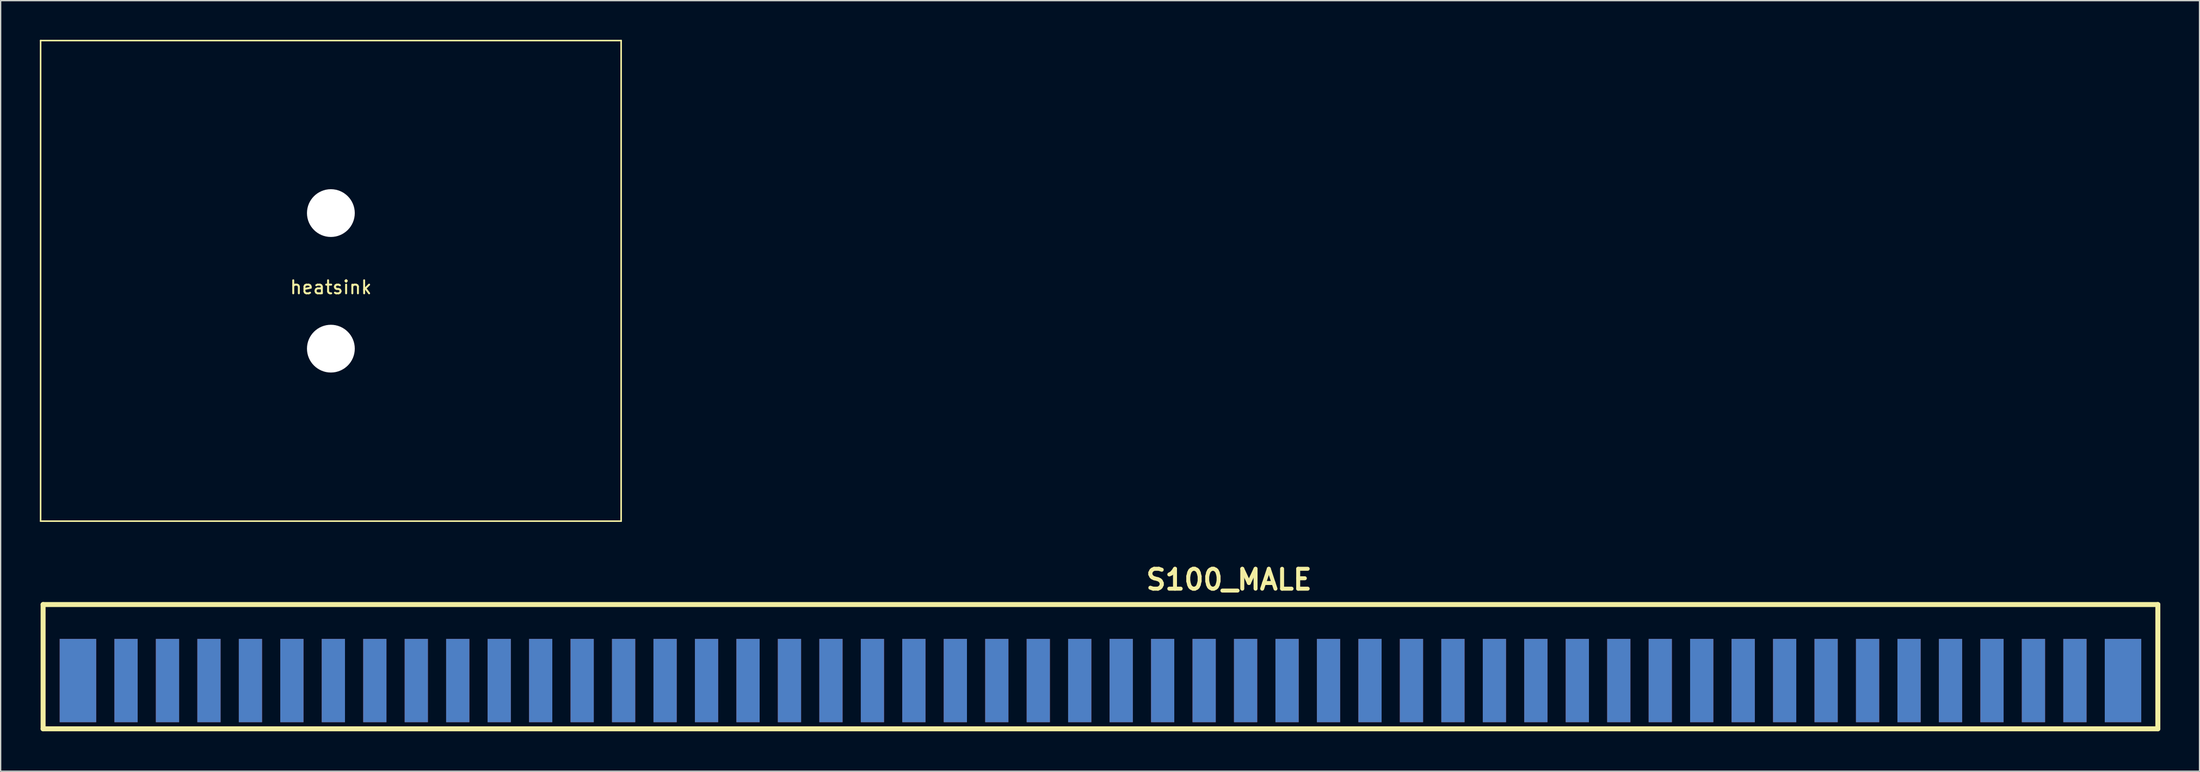
<source format=kicad_pcb>
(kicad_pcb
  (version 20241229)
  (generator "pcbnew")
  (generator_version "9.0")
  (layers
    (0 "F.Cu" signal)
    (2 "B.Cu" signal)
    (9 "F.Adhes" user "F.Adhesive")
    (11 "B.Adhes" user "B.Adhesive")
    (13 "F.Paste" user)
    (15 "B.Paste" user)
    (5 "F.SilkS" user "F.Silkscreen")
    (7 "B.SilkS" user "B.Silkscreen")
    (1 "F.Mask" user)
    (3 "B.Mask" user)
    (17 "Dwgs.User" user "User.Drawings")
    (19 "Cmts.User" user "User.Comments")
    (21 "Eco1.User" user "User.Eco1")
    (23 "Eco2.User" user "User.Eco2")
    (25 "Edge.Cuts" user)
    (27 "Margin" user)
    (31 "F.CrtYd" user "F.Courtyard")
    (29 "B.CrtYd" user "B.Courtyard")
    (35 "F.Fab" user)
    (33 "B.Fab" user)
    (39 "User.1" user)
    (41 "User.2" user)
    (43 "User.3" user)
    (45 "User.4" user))
  (footprint "S100_MALE"
    (layer "F.Cu")
    (at 0.25 52.806)
    (property "Reference" "S100_MALE" (at 90.805 -11.43 0) (layer "F.SilkS") (effects (font (size 1.524 1.524) (thickness 0.305))))
    (attr through_hole)
    (fp_line (start 0 -9.525) (end 161.925 -9.525) (stroke (width 0.381) (type solid)) (layer "F.SilkS"))
    (fp_line (start 0 0) (end 0 -9.525) (stroke (width 0.381) (type solid)) (layer "F.SilkS"))
    (fp_line (start 161.925 -9.525) (end 161.925 0) (stroke (width 0.381) (type solid)) (layer "F.SilkS"))
    (fp_line (start 161.925 0) (end 0 0) (stroke (width 0.381) (type solid)) (layer "F.SilkS"))
    (pad "1" connect rect (at 2.667 -3.699) (size 2.794 6.382) (layers "F.Cu" "F.Mask"))
    (pad "2" connect rect (at 6.35 -3.699) (size 1.778 6.382) (layers "F.Cu" "F.Mask"))
    (pad "3" connect rect (at 9.525 -3.699) (size 1.778 6.382) (layers "F.Cu" "F.Mask"))
    (pad "4" connect rect (at 12.7 -3.699) (size 1.778 6.382) (layers "F.Cu" "F.Mask"))
    (pad "5" connect rect (at 15.875 -3.699) (size 1.778 6.382) (layers "F.Cu" "F.Mask"))
    (pad "6" connect rect (at 19.05 -3.699) (size 1.778 6.382) (layers "F.Cu" "F.Mask"))
    (pad "7" connect rect (at 22.225 -3.699) (size 1.778 6.382) (layers "F.Cu" "F.Mask"))
    (pad "8" connect rect (at 25.4 -3.699) (size 1.778 6.382) (layers "F.Cu" "F.Mask"))
    (pad "9" connect rect (at 28.575 -3.699) (size 1.778 6.382) (layers "F.Cu" "F.Mask"))
    (pad "10" connect rect (at 31.75 -3.699) (size 1.778 6.382) (layers "F.Cu" "F.Mask"))
    (pad "11" connect rect (at 34.925 -3.699) (size 1.778 6.382) (layers "F.Cu" "F.Mask"))
    (pad "12" connect rect (at 38.1 -3.699) (size 1.778 6.382) (layers "F.Cu" "F.Mask"))
    (pad "13" connect rect (at 41.275 -3.699) (size 1.778 6.382) (layers "F.Cu" "F.Mask"))
    (pad "14" connect rect (at 44.45 -3.699) (size 1.778 6.382) (layers "F.Cu" "F.Mask"))
    (pad "15" connect rect (at 47.625 -3.699) (size 1.778 6.382) (layers "F.Cu" "F.Mask"))
    (pad "16" connect rect (at 50.8 -3.699) (size 1.778 6.382) (layers "F.Cu" "F.Mask"))
    (pad "17" connect rect (at 53.975 -3.699) (size 1.778 6.382) (layers "F.Cu" "F.Mask"))
    (pad "18" connect rect (at 57.15 -3.699) (size 1.778 6.382) (layers "F.Cu" "F.Mask"))
    (pad "19" connect rect (at 60.325 -3.699) (size 1.778 6.382) (layers "F.Cu" "F.Mask"))
    (pad "20" connect rect (at 63.5 -3.699) (size 1.778 6.382) (layers "F.Cu" "F.Mask"))
    (pad "21" connect rect (at 66.675 -3.699) (size 1.778 6.382) (layers "F.Cu" "F.Mask"))
    (pad "22" connect rect (at 69.85 -3.699) (size 1.778 6.382) (layers "F.Cu" "F.Mask"))
    (pad "23" connect rect (at 73.025 -3.699) (size 1.778 6.382) (layers "F.Cu" "F.Mask"))
    (pad "24" connect rect (at 76.2 -3.699) (size 1.778 6.382) (layers "F.Cu" "F.Mask"))
    (pad "25" connect rect (at 79.375 -3.699) (size 1.778 6.382) (layers "F.Cu" "F.Mask"))
    (pad "26" connect rect (at 82.55 -3.699) (size 1.778 6.382) (layers "F.Cu" "F.Mask"))
    (pad "27" connect rect (at 85.725 -3.699) (size 1.778 6.382) (layers "F.Cu" "F.Mask"))
    (pad "28" connect rect (at 88.9 -3.699) (size 1.778 6.382) (layers "F.Cu" "F.Mask"))
    (pad "29" connect rect (at 92.075 -3.699) (size 1.778 6.382) (layers "F.Cu" "F.Mask"))
    (pad "30" connect rect (at 95.25 -3.699) (size 1.778 6.382) (layers "F.Cu" "F.Mask"))
    (pad "31" connect rect (at 98.425 -3.699) (size 1.778 6.382) (layers "F.Cu" "F.Mask"))
    (pad "32" connect rect (at 101.6 -3.699) (size 1.778 6.382) (layers "F.Cu" "F.Mask"))
    (pad "33" connect rect (at 104.775 -3.699) (size 1.778 6.382) (layers "F.Cu" "F.Mask"))
    (pad "34" connect rect (at 107.95 -3.699) (size 1.778 6.382) (layers "F.Cu" "F.Mask"))
    (pad "35" connect rect (at 111.125 -3.699) (size 1.778 6.382) (layers "F.Cu" "F.Mask"))
    (pad "36" connect rect (at 114.3 -3.699) (size 1.778 6.382) (layers "F.Cu" "F.Mask"))
    (pad "37" connect rect (at 117.475 -3.699) (size 1.778 6.382) (layers "F.Cu" "F.Mask"))
    (pad "38" connect rect (at 120.65 -3.699) (size 1.778 6.382) (layers "F.Cu" "F.Mask"))
    (pad "39" connect rect (at 123.825 -3.699) (size 1.778 6.382) (layers "F.Cu" "F.Mask"))
    (pad "40" connect rect (at 127 -3.699) (size 1.778 6.382) (layers "F.Cu" "F.Mask"))
    (pad "41" connect rect (at 130.175 -3.699) (size 1.778 6.382) (layers "F.Cu" "F.Mask"))
    (pad "42" connect rect (at 133.35 -3.699) (size 1.778 6.382) (layers "F.Cu" "F.Mask"))
    (pad "43" connect rect (at 136.525 -3.699) (size 1.778 6.382) (layers "F.Cu" "F.Mask"))
    (pad "44" connect rect (at 139.7 -3.699) (size 1.778 6.382) (layers "F.Cu" "F.Mask"))
    (pad "45" connect rect (at 142.875 -3.699) (size 1.778 6.382) (layers "F.Cu" "F.Mask"))
    (pad "46" connect rect (at 146.05 -3.699) (size 1.778 6.382) (layers "F.Cu" "F.Mask"))
    (pad "47" connect rect (at 149.225 -3.699) (size 1.778 6.382) (layers "F.Cu" "F.Mask"))
    (pad "48" connect rect (at 152.4 -3.699) (size 1.778 6.382) (layers "F.Cu" "F.Mask"))
    (pad "49" connect rect (at 155.575 -3.699) (size 1.778 6.382) (layers "F.Cu" "F.Mask"))
    (pad "50" connect rect (at 159.258 -3.699) (size 2.794 6.382) (layers "F.Cu" "F.Mask"))
    (pad "51" connect rect (at 2.667 -3.699) (size 2.794 6.382) (layers "B.Cu" "B.Mask"))
    (pad "52" connect rect (at 6.35 -3.699) (size 1.778 6.382) (layers "B.Cu" "B.Mask"))
    (pad "53" connect rect (at 9.525 -3.699) (size 1.778 6.382) (layers "B.Cu" "B.Mask"))
    (pad "54" connect rect (at 12.7 -3.699) (size 1.778 6.382) (layers "B.Cu" "B.Mask"))
    (pad "55" connect rect (at 15.875 -3.699) (size 1.778 6.382) (layers "B.Cu" "B.Mask"))
    (pad "56" connect rect (at 19.05 -3.699) (size 1.778 6.382) (layers "B.Cu" "B.Mask"))
    (pad "57" connect rect (at 22.225 -3.699) (size 1.778 6.382) (layers "B.Cu" "B.Mask"))
    (pad "58" connect rect (at 25.4 -3.699) (size 1.778 6.382) (layers "B.Cu" "B.Mask"))
    (pad "59" connect rect (at 28.575 -3.699) (size 1.778 6.382) (layers "B.Cu" "B.Mask"))
    (pad "60" connect rect (at 31.75 -3.699) (size 1.778 6.382) (layers "B.Cu" "B.Mask"))
    (pad "61" connect rect (at 34.925 -3.699) (size 1.778 6.382) (layers "B.Cu" "B.Mask"))
    (pad "62" connect rect (at 38.1 -3.699) (size 1.778 6.382) (layers "B.Cu" "B.Mask"))
    (pad "63" connect rect (at 41.275 -3.699) (size 1.778 6.382) (layers "B.Cu" "B.Mask"))
    (pad "64" connect rect (at 44.45 -3.699) (size 1.778 6.382) (layers "B.Cu" "B.Mask"))
    (pad "65" connect rect (at 47.625 -3.699) (size 1.778 6.382) (layers "B.Cu" "B.Mask"))
    (pad "66" connect rect (at 50.8 -3.699) (size 1.778 6.382) (layers "B.Cu" "B.Mask"))
    (pad "67" connect rect (at 53.975 -3.699) (size 1.778 6.382) (layers "B.Cu" "B.Mask"))
    (pad "68" connect rect (at 57.15 -3.699) (size 1.778 6.382) (layers "B.Cu" "B.Mask"))
    (pad "69" connect rect (at 60.325 -3.699) (size 1.778 6.382) (layers "B.Cu" "B.Mask"))
    (pad "70" connect rect (at 63.5 -3.699) (size 1.778 6.382) (layers "B.Cu" "B.Mask"))
    (pad "71" connect rect (at 66.675 -3.699) (size 1.778 6.382) (layers "B.Cu" "B.Mask"))
    (pad "72" connect rect (at 69.85 -3.699) (size 1.778 6.382) (layers "B.Cu" "B.Mask"))
    (pad "73" connect rect (at 73.025 -3.699) (size 1.778 6.382) (layers "B.Cu" "B.Mask"))
    (pad "74" connect rect (at 76.2 -3.699) (size 1.778 6.382) (layers "B.Cu" "B.Mask"))
    (pad "75" connect rect (at 79.375 -3.699) (size 1.778 6.382) (layers "B.Cu" "B.Mask"))
    (pad "76" connect rect (at 82.55 -3.699) (size 1.778 6.382) (layers "B.Cu" "B.Mask"))
    (pad "77" connect rect (at 85.725 -3.699) (size 1.778 6.382) (layers "B.Cu" "B.Mask"))
    (pad "78" connect rect (at 88.9 -3.699) (size 1.778 6.382) (layers "B.Cu" "B.Mask"))
    (pad "79" connect rect (at 92.075 -3.699) (size 1.778 6.382) (layers "B.Cu" "B.Mask"))
    (pad "80" connect rect (at 95.25 -3.699) (size 1.778 6.382) (layers "B.Cu" "B.Mask"))
    (pad "81" connect rect (at 98.425 -3.699) (size 1.778 6.382) (layers "B.Cu" "B.Mask"))
    (pad "82" connect rect (at 101.6 -3.699) (size 1.778 6.382) (layers "B.Cu" "B.Mask"))
    (pad "83" connect rect (at 104.775 -3.699) (size 1.778 6.382) (layers "B.Cu" "B.Mask"))
    (pad "84" connect rect (at 107.95 -3.699) (size 1.778 6.382) (layers "B.Cu" "B.Mask"))
    (pad "85" connect rect (at 111.125 -3.699) (size 1.778 6.382) (layers "B.Cu" "B.Mask"))
    (pad "86" connect rect (at 114.3 -3.699) (size 1.778 6.382) (layers "B.Cu" "B.Mask"))
    (pad "87" connect rect (at 117.475 -3.699) (size 1.778 6.382) (layers "B.Cu" "B.Mask"))
    (pad "88" connect rect (at 120.65 -3.699) (size 1.778 6.382) (layers "B.Cu" "B.Mask"))
    (pad "89" connect rect (at 123.825 -3.699) (size 1.778 6.382) (layers "B.Cu" "B.Mask"))
    (pad "90" connect rect (at 127 -3.699) (size 1.778 6.382) (layers "B.Cu" "B.Mask"))
    (pad "91" connect rect (at 130.175 -3.699) (size 1.778 6.382) (layers "B.Cu" "B.Mask"))
    (pad "92" connect rect (at 133.35 -3.699) (size 1.778 6.382) (layers "B.Cu" "B.Mask"))
    (pad "93" connect rect (at 136.525 -3.699) (size 1.778 6.382) (layers "B.Cu" "B.Mask"))
    (pad "94" connect rect (at 139.7 -3.699) (size 1.778 6.382) (layers "B.Cu" "B.Mask"))
    (pad "95" connect rect (at 142.875 -3.699) (size 1.778 6.382) (layers "B.Cu" "B.Mask"))
    (pad "96" connect rect (at 146.05 -3.699) (size 1.778 6.382) (layers "B.Cu" "B.Mask"))
    (pad "97" connect rect (at 149.225 -3.699) (size 1.778 6.382) (layers "B.Cu" "B.Mask"))
    (pad "98" connect rect (at 152.4 -3.699) (size 1.778 6.382) (layers "B.Cu" "B.Mask"))
    (pad "99" connect rect (at 155.575 -3.699) (size 1.778 6.382) (layers "B.Cu" "B.Mask"))
    (pad "100" connect rect (at 159.258 -3.699) (size 2.794 6.382) (layers "B.Cu" "B.Mask")))
  (footprint "heatsink"
    (layer "F.Cu")
    (at 22.285 18.475)
    (property "Reference" "heatsink" (at 0 0.5 0) (layer "F.SilkS") (effects (font (size 1 1) (thickness 0.15))))
    (attr through_hole)
    (fp_line (start -22.225 -18.415) (end 22.225 -18.415) (stroke (width 0.12) (type solid)) (layer "F.SilkS"))
    (fp_line (start -22.225 18.415) (end -22.225 -18.415) (stroke (width 0.12) (type solid)) (layer "F.SilkS"))
    (fp_line (start 22.225 -18.415) (end 22.225 18.415) (stroke (width 0.12) (type solid)) (layer "F.SilkS"))
    (fp_line (start 22.225 18.415) (end -22.225 18.415) (stroke (width 0.12) (type solid)) (layer "F.SilkS"))
    (pad "" np_thru_hole circle (at 0 -5.195) (size 3.66 3.66) (drill 3.66) (layers "*.Cu" "*.Mask"))
    (pad "" np_thru_hole circle (at 0 5.195) (size 3.66 3.66) (drill 3.66) (layers "*.Cu" "*.Mask")))
  (gr_rect
    (start -3 -3)
    (end 165.365 56.056)
    (stroke (width 0.1) (type default))
    (fill no)
    (layer "Edge.Cuts")))
</source>
